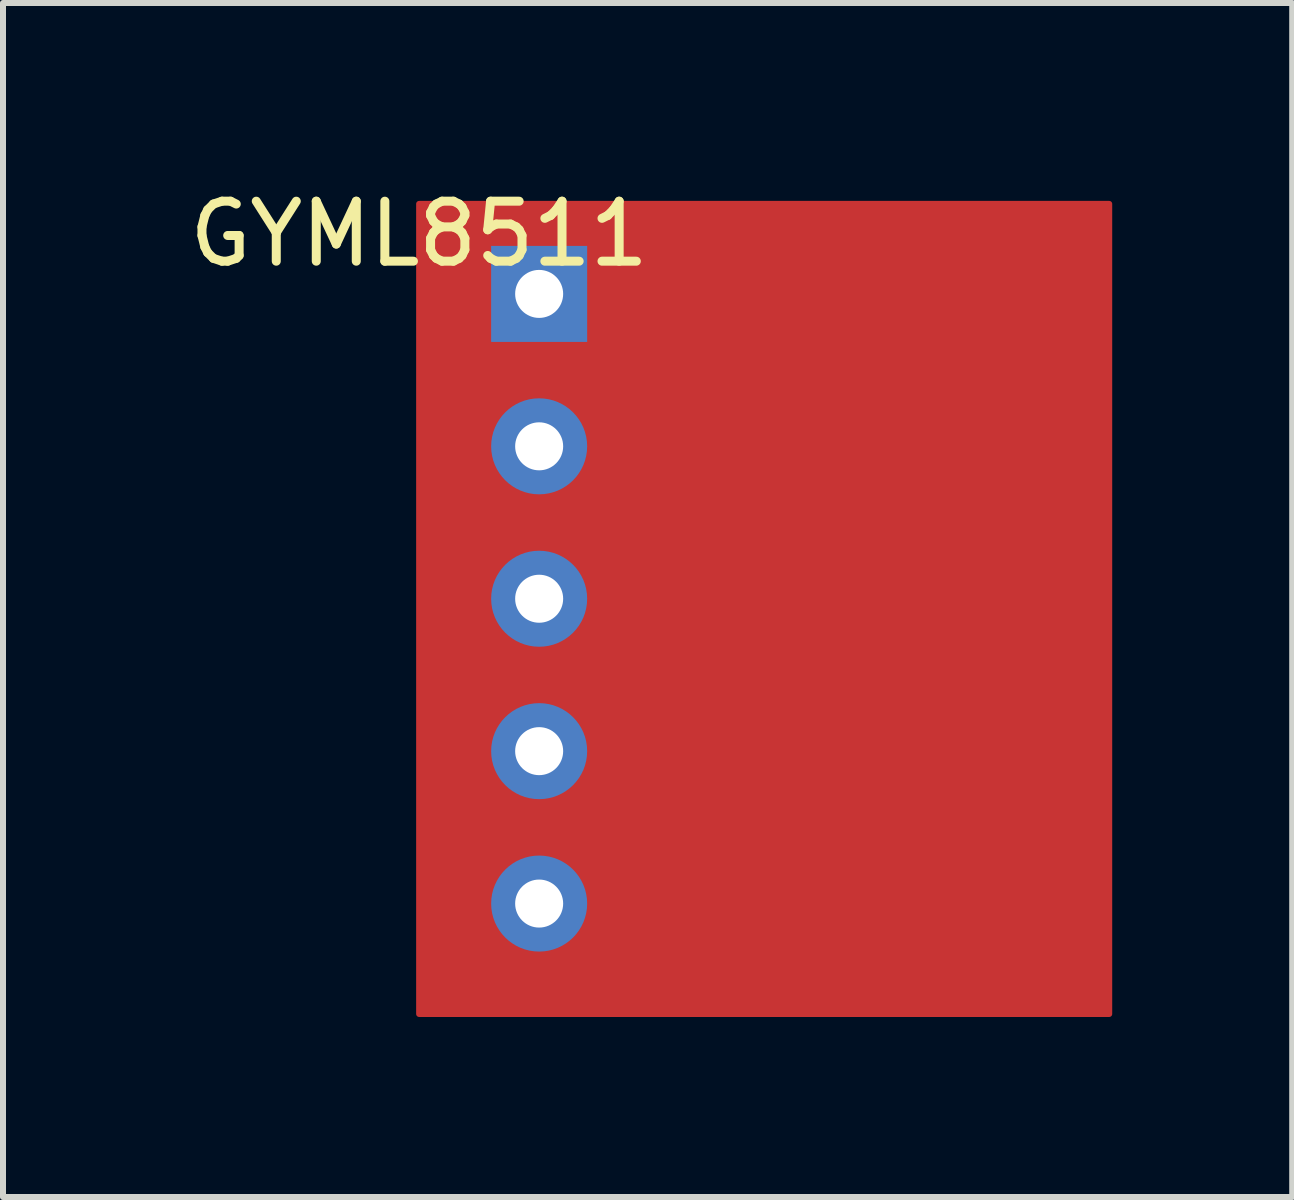
<source format=kicad_pcb>
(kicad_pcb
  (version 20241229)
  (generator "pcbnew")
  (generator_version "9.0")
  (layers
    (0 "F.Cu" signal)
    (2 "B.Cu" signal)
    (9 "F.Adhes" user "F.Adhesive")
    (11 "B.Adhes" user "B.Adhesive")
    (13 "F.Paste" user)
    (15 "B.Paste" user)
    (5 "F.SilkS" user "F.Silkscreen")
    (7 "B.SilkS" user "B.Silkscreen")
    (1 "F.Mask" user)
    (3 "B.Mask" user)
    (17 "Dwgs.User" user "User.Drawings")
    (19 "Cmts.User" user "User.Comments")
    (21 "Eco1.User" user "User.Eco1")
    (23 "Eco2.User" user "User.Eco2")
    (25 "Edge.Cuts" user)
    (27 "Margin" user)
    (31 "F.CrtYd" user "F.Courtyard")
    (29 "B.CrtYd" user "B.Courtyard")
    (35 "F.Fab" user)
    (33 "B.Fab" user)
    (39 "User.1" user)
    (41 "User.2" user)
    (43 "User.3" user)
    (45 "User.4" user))
  (footprint "GYML8511"
    (layer "F.Cu")
    (at 3.935 0.348)
    (property "Reference" "GYML8511" (at 0 0.5 0) (layer "F.SilkS") (effects (font (size 1 1) (thickness 0.15))))
    (attr through_hole)
    (fp_poly (pts (xy 0 0) (xy 0 13.5) (xy 11.5 13.5) (xy 11.5 0)) (stroke (width 0.1) (type solid)) (fill yes) (layer "F.Cu"))
    (pad "1" thru_hole rect (at 2 1.5) (size 1.6 1.6) (drill 0.8) (layers "*.Cu" "*.Mask"))
    (pad "2" thru_hole oval (at 2 4.04) (size 1.6 1.6) (drill 0.8) (layers "*.Cu" "*.Mask"))
    (pad "3" thru_hole oval (at 2 6.58) (size 1.6 1.6) (drill 0.8) (layers "*.Cu" "*.Mask"))
    (pad "4" thru_hole oval (at 2 9.12) (size 1.6 1.6) (drill 0.8) (layers "*.Cu" "*.Mask"))
    (pad "5" thru_hole oval (at 2 11.66) (size 1.6 1.6) (drill 0.8) (layers "*.Cu" "*.Mask")))
  (gr_rect
    (start -3 -3)
    (end 18.485 16.898)
    (stroke (width 0.1) (type default))
    (fill no)
    (layer "Edge.Cuts")))
</source>
